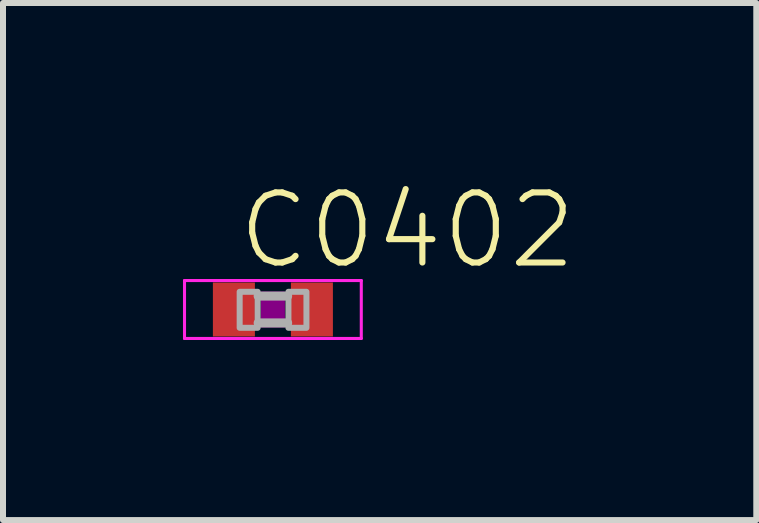
<source format=kicad_pcb>
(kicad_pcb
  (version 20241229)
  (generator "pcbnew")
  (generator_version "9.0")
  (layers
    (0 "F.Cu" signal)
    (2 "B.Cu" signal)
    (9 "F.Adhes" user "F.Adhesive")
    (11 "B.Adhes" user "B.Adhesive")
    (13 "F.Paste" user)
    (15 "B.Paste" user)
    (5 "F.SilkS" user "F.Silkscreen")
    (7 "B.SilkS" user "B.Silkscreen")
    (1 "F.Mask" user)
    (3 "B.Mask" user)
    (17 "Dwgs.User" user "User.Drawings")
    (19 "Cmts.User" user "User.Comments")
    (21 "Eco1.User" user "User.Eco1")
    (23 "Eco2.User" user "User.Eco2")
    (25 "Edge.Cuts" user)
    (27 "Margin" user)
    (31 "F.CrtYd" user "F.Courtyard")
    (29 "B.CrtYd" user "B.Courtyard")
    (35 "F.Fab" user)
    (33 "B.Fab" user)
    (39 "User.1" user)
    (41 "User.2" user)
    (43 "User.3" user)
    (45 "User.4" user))
  (footprint "C0402"
    (layer "F.Cu")
    (at 1.498 2.108)
    (property "Reference" "C0402" (at -0.635 -0.635 0) (layer "F.SilkS") (effects (font (size 1.168 1.168) (thickness 0.102)) (justify left bottom)))
    (fp_poly (pts (xy -0.2 0.3) (xy 0.2 0.3) (xy 0.2 -0.3) (xy -0.2 -0.3)) (stroke (width 0) (type solid)) (fill yes) (layer "F.Adhes"))
    (fp_line (start -1.473 -0.483) (end 1.473 -0.483) (stroke (width 0.051) (type solid)) (layer "F.CrtYd"))
    (fp_line (start -1.473 0.483) (end -1.473 -0.483) (stroke (width 0.051) (type solid)) (layer "F.CrtYd"))
    (fp_line (start 1.473 -0.483) (end 1.473 0.483) (stroke (width 0.051) (type solid)) (layer "F.CrtYd"))
    (fp_line (start 1.473 0.483) (end -1.473 0.483) (stroke (width 0.051) (type solid)) (layer "F.CrtYd"))
    (fp_line (start -0.245 -0.224) (end 0.245 -0.224) (stroke (width 0.152) (type solid)) (layer "F.Fab"))
    (fp_line (start 0.245 0.224) (end -0.245 0.224) (stroke (width 0.152) (type solid)) (layer "F.Fab"))
    (fp_poly (pts (xy -0.554 0.305) (xy -0.254 0.305) (xy -0.254 -0.295) (xy -0.554 -0.295)) (stroke (width 0.1) (type solid)) (fill no) (layer "F.Fab"))
    (fp_poly (pts (xy 0.259 0.305) (xy 0.559 0.305) (xy 0.559 -0.295) (xy 0.259 -0.295)) (stroke (width 0.1) (type solid)) (fill no) (layer "F.Fab"))
    (pad "1" smd rect (at -0.65 0) (size 0.7 0.9) (layers "F.Cu" "F.Mask" "F.Paste"))
    (pad "2" smd rect (at 0.65 0) (size 0.7 0.9) (layers "F.Cu" "F.Mask" "F.Paste")))
  (gr_rect
    (start -3 -3)
    (end 9.554 5.617)
    (stroke (width 0.1) (type default))
    (fill no)
    (layer "Edge.Cuts")))
</source>
